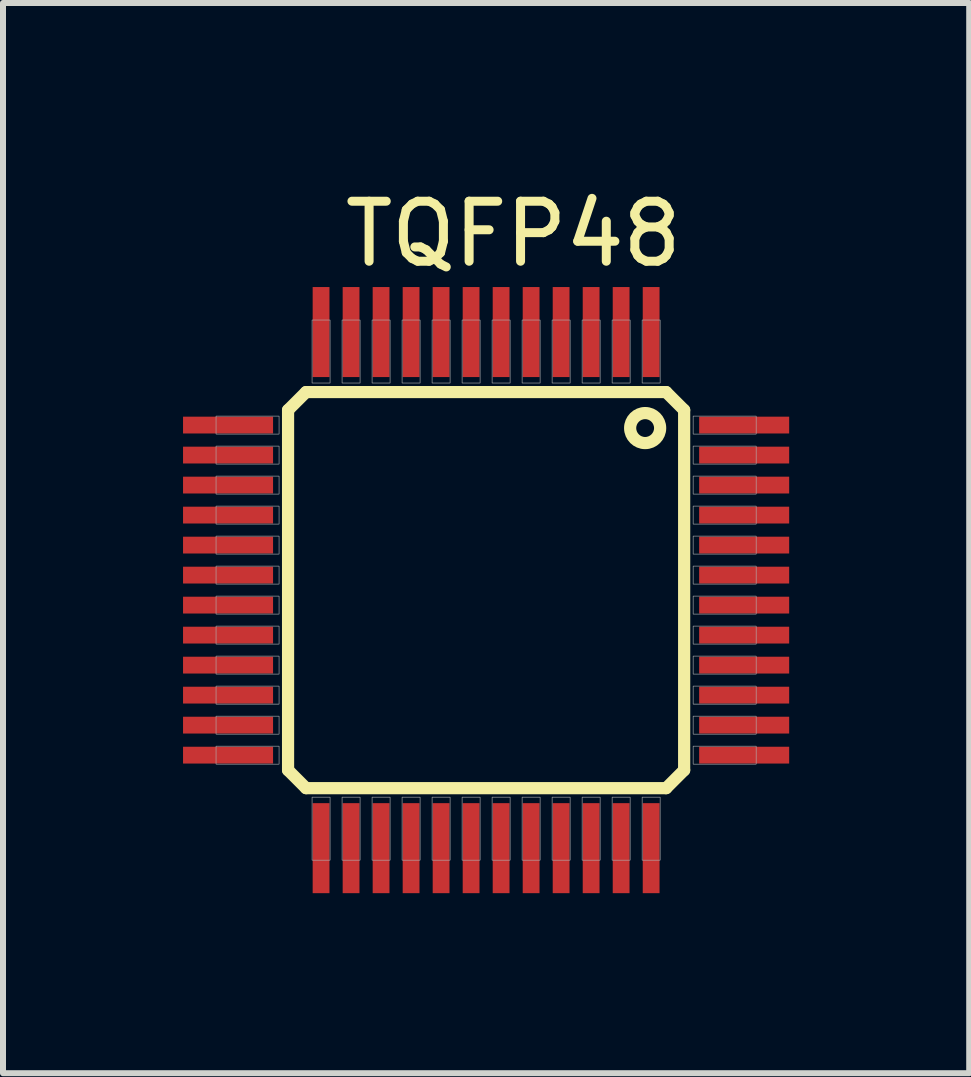
<source format=kicad_pcb>
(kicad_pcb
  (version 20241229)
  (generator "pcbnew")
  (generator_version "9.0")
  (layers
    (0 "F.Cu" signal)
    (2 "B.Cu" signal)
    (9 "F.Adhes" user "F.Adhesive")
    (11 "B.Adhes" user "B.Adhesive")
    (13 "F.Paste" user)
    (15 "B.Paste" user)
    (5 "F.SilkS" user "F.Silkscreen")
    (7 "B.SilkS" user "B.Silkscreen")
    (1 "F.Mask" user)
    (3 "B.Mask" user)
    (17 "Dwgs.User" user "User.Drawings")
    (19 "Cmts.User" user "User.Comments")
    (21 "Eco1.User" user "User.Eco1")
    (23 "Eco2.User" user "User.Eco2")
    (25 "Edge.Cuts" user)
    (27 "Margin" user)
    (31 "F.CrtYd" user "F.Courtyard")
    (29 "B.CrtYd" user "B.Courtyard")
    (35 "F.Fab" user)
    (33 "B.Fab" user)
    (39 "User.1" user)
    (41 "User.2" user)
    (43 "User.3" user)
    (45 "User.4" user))
  (footprint "TQFP48"
    (layer "F.Cu")
    (at 5.05 6.783)
    (property "Reference" "TQFP48" (at 0.455 -5.935 0) (layer "F.SilkS") (effects (font (size 1 1) (thickness 0.15))))
    (attr smd)
    (fp_line (start -3.3 -3) (end -3.3 3) (stroke (width 0.203) (type solid)) (layer "F.SilkS"))
    (fp_line (start -3.3 3) (end -3 3.3) (stroke (width 0.203) (type solid)) (layer "F.SilkS"))
    (fp_line (start -3 -3.3) (end -3.3 -3) (stroke (width 0.203) (type solid)) (layer "F.SilkS"))
    (fp_line (start -3 3.3) (end 3 3.3) (stroke (width 0.203) (type solid)) (layer "F.SilkS"))
    (fp_line (start 3 -3.3) (end -3 -3.3) (stroke (width 0.203) (type solid)) (layer "F.SilkS"))
    (fp_line (start 3 3.3) (end 3.3 3) (stroke (width 0.203) (type solid)) (layer "F.SilkS"))
    (fp_line (start 3.3 -3) (end 3 -3.3) (stroke (width 0.203) (type solid)) (layer "F.SilkS"))
    (fp_line (start 3.3 3) (end 3.3 -3) (stroke (width 0.203) (type solid)) (layer "F.SilkS"))
    (fp_circle (center 2.65 -2.7) (end 2.9 -2.7) (stroke (width 0.203) (type solid)) (fill no) (layer "F.SilkS"))
    (fp_poly (pts (xy -4.8 -2.65) (xy -4.8 -2.85) (xy -3.9 -2.85) (xy -3.9 -2.65)) (stroke (width 0.01) (type solid)) (fill yes) (layer "F.Paste"))
    (fp_poly (pts (xy -4.8 -2.15) (xy -4.8 -2.35) (xy -3.9 -2.35) (xy -3.9 -2.15)) (stroke (width 0.01) (type solid)) (fill yes) (layer "F.Paste"))
    (fp_poly (pts (xy -4.8 -1.65) (xy -4.8 -1.85) (xy -3.9 -1.85) (xy -3.9 -1.65)) (stroke (width 0.01) (type solid)) (fill yes) (layer "F.Paste"))
    (fp_poly (pts (xy -4.8 -1.15) (xy -4.8 -1.35) (xy -3.9 -1.35) (xy -3.9 -1.15)) (stroke (width 0.01) (type solid)) (fill yes) (layer "F.Paste"))
    (fp_poly (pts (xy -4.8 -0.65) (xy -4.8 -0.85) (xy -3.9 -0.85) (xy -3.9 -0.65)) (stroke (width 0.01) (type solid)) (fill yes) (layer "F.Paste"))
    (fp_poly (pts (xy -4.8 -0.15) (xy -4.8 -0.35) (xy -3.9 -0.35) (xy -3.9 -0.15)) (stroke (width 0.01) (type solid)) (fill yes) (layer "F.Paste"))
    (fp_poly (pts (xy -4.8 0.35) (xy -4.8 0.15) (xy -3.9 0.15) (xy -3.9 0.35)) (stroke (width 0.01) (type solid)) (fill yes) (layer "F.Paste"))
    (fp_poly (pts (xy -4.8 0.85) (xy -4.8 0.65) (xy -3.9 0.65) (xy -3.9 0.85)) (stroke (width 0.01) (type solid)) (fill yes) (layer "F.Paste"))
    (fp_poly (pts (xy -4.8 1.35) (xy -4.8 1.15) (xy -3.9 1.15) (xy -3.9 1.35)) (stroke (width 0.01) (type solid)) (fill yes) (layer "F.Paste"))
    (fp_poly (pts (xy -4.8 1.85) (xy -4.8 1.65) (xy -3.9 1.65) (xy -3.9 1.85)) (stroke (width 0.01) (type solid)) (fill yes) (layer "F.Paste"))
    (fp_poly (pts (xy -4.8 2.35) (xy -4.8 2.15) (xy -3.9 2.15) (xy -3.9 2.35)) (stroke (width 0.01) (type solid)) (fill yes) (layer "F.Paste"))
    (fp_poly (pts (xy -4.8 2.85) (xy -4.8 2.65) (xy -3.9 2.65) (xy -3.9 2.85)) (stroke (width 0.01) (type solid)) (fill yes) (layer "F.Paste"))
    (fp_poly (pts (xy -2.85 -4.8) (xy -2.65 -4.8) (xy -2.65 -3.9) (xy -2.85 -3.9)) (stroke (width 0.01) (type solid)) (fill yes) (layer "F.Paste"))
    (fp_poly (pts (xy -2.65 4.8) (xy -2.85 4.8) (xy -2.85 3.9) (xy -2.65 3.9)) (stroke (width 0.01) (type solid)) (fill yes) (layer "F.Paste"))
    (fp_poly (pts (xy -2.35 -4.8) (xy -2.15 -4.8) (xy -2.15 -3.9) (xy -2.35 -3.9)) (stroke (width 0.01) (type solid)) (fill yes) (layer "F.Paste"))
    (fp_poly (pts (xy -2.15 4.8) (xy -2.35 4.8) (xy -2.35 3.9) (xy -2.15 3.9)) (stroke (width 0.01) (type solid)) (fill yes) (layer "F.Paste"))
    (fp_poly (pts (xy -1.85 -4.8) (xy -1.65 -4.8) (xy -1.65 -3.9) (xy -1.85 -3.9)) (stroke (width 0.01) (type solid)) (fill yes) (layer "F.Paste"))
    (fp_poly (pts (xy -1.65 4.8) (xy -1.85 4.8) (xy -1.85 3.9) (xy -1.65 3.9)) (stroke (width 0.01) (type solid)) (fill yes) (layer "F.Paste"))
    (fp_poly (pts (xy -1.35 -4.8) (xy -1.15 -4.8) (xy -1.15 -3.9) (xy -1.35 -3.9)) (stroke (width 0.01) (type solid)) (fill yes) (layer "F.Paste"))
    (fp_poly (pts (xy -1.15 4.8) (xy -1.35 4.8) (xy -1.35 3.9) (xy -1.15 3.9)) (stroke (width 0.01) (type solid)) (fill yes) (layer "F.Paste"))
    (fp_poly (pts (xy -0.85 -4.8) (xy -0.65 -4.8) (xy -0.65 -3.9) (xy -0.85 -3.9)) (stroke (width 0.01) (type solid)) (fill yes) (layer "F.Paste"))
    (fp_poly (pts (xy -0.65 4.8) (xy -0.85 4.8) (xy -0.85 3.9) (xy -0.65 3.9)) (stroke (width 0.01) (type solid)) (fill yes) (layer "F.Paste"))
    (fp_poly (pts (xy -0.35 -4.8) (xy -0.15 -4.8) (xy -0.15 -3.9) (xy -0.35 -3.9)) (stroke (width 0.01) (type solid)) (fill yes) (layer "F.Paste"))
    (fp_poly (pts (xy -0.15 4.8) (xy -0.35 4.8) (xy -0.35 3.9) (xy -0.15 3.9)) (stroke (width 0.01) (type solid)) (fill yes) (layer "F.Paste"))
    (fp_poly (pts (xy 0.15 -4.8) (xy 0.35 -4.8) (xy 0.35 -3.9) (xy 0.15 -3.9)) (stroke (width 0.01) (type solid)) (fill yes) (layer "F.Paste"))
    (fp_poly (pts (xy 0.35 4.8) (xy 0.15 4.8) (xy 0.15 3.9) (xy 0.35 3.9)) (stroke (width 0.01) (type solid)) (fill yes) (layer "F.Paste"))
    (fp_poly (pts (xy 0.65 -4.8) (xy 0.85 -4.8) (xy 0.85 -3.9) (xy 0.65 -3.9)) (stroke (width 0.01) (type solid)) (fill yes) (layer "F.Paste"))
    (fp_poly (pts (xy 0.85 4.8) (xy 0.65 4.8) (xy 0.65 3.9) (xy 0.85 3.9)) (stroke (width 0.01) (type solid)) (fill yes) (layer "F.Paste"))
    (fp_poly (pts (xy 1.15 -4.8) (xy 1.35 -4.8) (xy 1.35 -3.9) (xy 1.15 -3.9)) (stroke (width 0.01) (type solid)) (fill yes) (layer "F.Paste"))
    (fp_poly (pts (xy 1.35 4.8) (xy 1.15 4.8) (xy 1.15 3.9) (xy 1.35 3.9)) (stroke (width 0.01) (type solid)) (fill yes) (layer "F.Paste"))
    (fp_poly (pts (xy 1.65 -4.8) (xy 1.85 -4.8) (xy 1.85 -3.9) (xy 1.65 -3.9)) (stroke (width 0.01) (type solid)) (fill yes) (layer "F.Paste"))
    (fp_poly (pts (xy 1.85 4.8) (xy 1.65 4.8) (xy 1.65 3.9) (xy 1.85 3.9)) (stroke (width 0.01) (type solid)) (fill yes) (layer "F.Paste"))
    (fp_poly (pts (xy 2.15 -4.8) (xy 2.35 -4.8) (xy 2.35 -3.9) (xy 2.15 -3.9)) (stroke (width 0.01) (type solid)) (fill yes) (layer "F.Paste"))
    (fp_poly (pts (xy 2.35 4.8) (xy 2.15 4.8) (xy 2.15 3.9) (xy 2.35 3.9)) (stroke (width 0.01) (type solid)) (fill yes) (layer "F.Paste"))
    (fp_poly (pts (xy 2.65 -4.8) (xy 2.85 -4.8) (xy 2.85 -3.9) (xy 2.65 -3.9)) (stroke (width 0.01) (type solid)) (fill yes) (layer "F.Paste"))
    (fp_poly (pts (xy 2.85 4.8) (xy 2.65 4.8) (xy 2.65 3.9) (xy 2.85 3.9)) (stroke (width 0.01) (type solid)) (fill yes) (layer "F.Paste"))
    (fp_poly (pts (xy 4.8 -2.85) (xy 4.8 -2.65) (xy 3.9 -2.65) (xy 3.9 -2.85)) (stroke (width 0.01) (type solid)) (fill yes) (layer "F.Paste"))
    (fp_poly (pts (xy 4.8 -2.35) (xy 4.8 -2.15) (xy 3.9 -2.15) (xy 3.9 -2.35)) (stroke (width 0.01) (type solid)) (fill yes) (layer "F.Paste"))
    (fp_poly (pts (xy 4.8 -1.85) (xy 4.8 -1.65) (xy 3.9 -1.65) (xy 3.9 -1.85)) (stroke (width 0.01) (type solid)) (fill yes) (layer "F.Paste"))
    (fp_poly (pts (xy 4.8 -1.35) (xy 4.8 -1.15) (xy 3.9 -1.15) (xy 3.9 -1.35)) (stroke (width 0.01) (type solid)) (fill yes) (layer "F.Paste"))
    (fp_poly (pts (xy 4.8 -0.85) (xy 4.8 -0.65) (xy 3.9 -0.65) (xy 3.9 -0.85)) (stroke (width 0.01) (type solid)) (fill yes) (layer "F.Paste"))
    (fp_poly (pts (xy 4.8 -0.35) (xy 4.8 -0.15) (xy 3.9 -0.15) (xy 3.9 -0.35)) (stroke (width 0.01) (type solid)) (fill yes) (layer "F.Paste"))
    (fp_poly (pts (xy 4.8 0.15) (xy 4.8 0.35) (xy 3.9 0.35) (xy 3.9 0.15)) (stroke (width 0.01) (type solid)) (fill yes) (layer "F.Paste"))
    (fp_poly (pts (xy 4.8 0.65) (xy 4.8 0.85) (xy 3.9 0.85) (xy 3.9 0.65)) (stroke (width 0.01) (type solid)) (fill yes) (layer "F.Paste"))
    (fp_poly (pts (xy 4.8 1.15) (xy 4.8 1.35) (xy 3.9 1.35) (xy 3.9 1.15)) (stroke (width 0.01) (type solid)) (fill yes) (layer "F.Paste"))
    (fp_poly (pts (xy 4.8 1.65) (xy 4.8 1.85) (xy 3.9 1.85) (xy 3.9 1.65)) (stroke (width 0.01) (type solid)) (fill yes) (layer "F.Paste"))
    (fp_poly (pts (xy 4.8 2.15) (xy 4.8 2.35) (xy 3.9 2.35) (xy 3.9 2.15)) (stroke (width 0.01) (type solid)) (fill yes) (layer "F.Paste"))
    (fp_poly (pts (xy 4.8 2.65) (xy 4.8 2.85) (xy 3.9 2.85) (xy 3.9 2.65)) (stroke (width 0.01) (type solid)) (fill yes) (layer "F.Paste"))
    (fp_poly (pts (xy -3.45 -2.9) (xy -3.45 -2.6) (xy -4.5 -2.6) (xy -4.5 -2.9)) (stroke (width 0.01) (type solid)) (fill no) (layer "F.Fab"))
    (fp_poly (pts (xy -3.45 -2.4) (xy -3.45 -2.1) (xy -4.5 -2.1) (xy -4.5 -2.4)) (stroke (width 0.01) (type solid)) (fill no) (layer "F.Fab"))
    (fp_poly (pts (xy -3.45 -1.9) (xy -3.45 -1.6) (xy -4.5 -1.6) (xy -4.5 -1.9)) (stroke (width 0.01) (type solid)) (fill no) (layer "F.Fab"))
    (fp_poly (pts (xy -3.45 -1.4) (xy -3.45 -1.1) (xy -4.5 -1.1) (xy -4.5 -1.4)) (stroke (width 0.01) (type solid)) (fill no) (layer "F.Fab"))
    (fp_poly (pts (xy -3.45 -0.9) (xy -3.45 -0.6) (xy -4.5 -0.6) (xy -4.5 -0.9)) (stroke (width 0.01) (type solid)) (fill no) (layer "F.Fab"))
    (fp_poly (pts (xy -3.45 -0.4) (xy -3.45 -0.1) (xy -4.5 -0.1) (xy -4.5 -0.4)) (stroke (width 0.01) (type solid)) (fill no) (layer "F.Fab"))
    (fp_poly (pts (xy -3.45 0.1) (xy -3.45 0.4) (xy -4.5 0.4) (xy -4.5 0.1)) (stroke (width 0.01) (type solid)) (fill no) (layer "F.Fab"))
    (fp_poly (pts (xy -3.45 0.6) (xy -3.45 0.9) (xy -4.5 0.9) (xy -4.5 0.6)) (stroke (width 0.01) (type solid)) (fill no) (layer "F.Fab"))
    (fp_poly (pts (xy -3.45 1.1) (xy -3.45 1.4) (xy -4.5 1.4) (xy -4.5 1.1)) (stroke (width 0.01) (type solid)) (fill no) (layer "F.Fab"))
    (fp_poly (pts (xy -3.45 1.6) (xy -3.45 1.9) (xy -4.5 1.9) (xy -4.5 1.6)) (stroke (width 0.01) (type solid)) (fill no) (layer "F.Fab"))
    (fp_poly (pts (xy -3.45 2.1) (xy -3.45 2.4) (xy -4.5 2.4) (xy -4.5 2.1)) (stroke (width 0.01) (type solid)) (fill no) (layer "F.Fab"))
    (fp_poly (pts (xy -3.45 2.6) (xy -3.45 2.9) (xy -4.5 2.9) (xy -4.5 2.6)) (stroke (width 0.01) (type solid)) (fill no) (layer "F.Fab"))
    (fp_poly (pts (xy -2.6 -4.5) (xy -2.6 -3.45) (xy -2.9 -3.45) (xy -2.9 -4.5)) (stroke (width 0.01) (type solid)) (fill no) (layer "F.Fab"))
    (fp_poly (pts (xy -2.6 3.45) (xy -2.6 4.5) (xy -2.9 4.5) (xy -2.9 3.45)) (stroke (width 0.01) (type solid)) (fill no) (layer "F.Fab"))
    (fp_poly (pts (xy -2.1 -4.5) (xy -2.1 -3.45) (xy -2.4 -3.45) (xy -2.4 -4.5)) (stroke (width 0.01) (type solid)) (fill no) (layer "F.Fab"))
    (fp_poly (pts (xy -2.1 3.45) (xy -2.1 4.5) (xy -2.4 4.5) (xy -2.4 3.45)) (stroke (width 0.01) (type solid)) (fill no) (layer "F.Fab"))
    (fp_poly (pts (xy -1.6 -4.5) (xy -1.6 -3.45) (xy -1.9 -3.45) (xy -1.9 -4.5)) (stroke (width 0.01) (type solid)) (fill no) (layer "F.Fab"))
    (fp_poly (pts (xy -1.6 3.45) (xy -1.6 4.5) (xy -1.9 4.5) (xy -1.9 3.45)) (stroke (width 0.01) (type solid)) (fill no) (layer "F.Fab"))
    (fp_poly (pts (xy -1.1 -4.5) (xy -1.1 -3.45) (xy -1.4 -3.45) (xy -1.4 -4.5)) (stroke (width 0.01) (type solid)) (fill no) (layer "F.Fab"))
    (fp_poly (pts (xy -1.1 3.45) (xy -1.1 4.5) (xy -1.4 4.5) (xy -1.4 3.45)) (stroke (width 0.01) (type solid)) (fill no) (layer "F.Fab"))
    (fp_poly (pts (xy -0.6 -4.5) (xy -0.6 -3.45) (xy -0.9 -3.45) (xy -0.9 -4.5)) (stroke (width 0.01) (type solid)) (fill no) (layer "F.Fab"))
    (fp_poly (pts (xy -0.6 3.45) (xy -0.6 4.5) (xy -0.9 4.5) (xy -0.9 3.45)) (stroke (width 0.01) (type solid)) (fill no) (layer "F.Fab"))
    (fp_poly (pts (xy -0.1 -4.5) (xy -0.1 -3.45) (xy -0.4 -3.45) (xy -0.4 -4.5)) (stroke (width 0.01) (type solid)) (fill no) (layer "F.Fab"))
    (fp_poly (pts (xy -0.1 3.45) (xy -0.1 4.5) (xy -0.4 4.5) (xy -0.4 3.45)) (stroke (width 0.01) (type solid)) (fill no) (layer "F.Fab"))
    (fp_poly (pts (xy 0.4 -4.5) (xy 0.4 -3.45) (xy 0.1 -3.45) (xy 0.1 -4.5)) (stroke (width 0.01) (type solid)) (fill no) (layer "F.Fab"))
    (fp_poly (pts (xy 0.4 3.45) (xy 0.4 4.5) (xy 0.1 4.5) (xy 0.1 3.45)) (stroke (width 0.01) (type solid)) (fill no) (layer "F.Fab"))
    (fp_poly (pts (xy 0.9 -4.5) (xy 0.9 -3.45) (xy 0.6 -3.45) (xy 0.6 -4.5)) (stroke (width 0.01) (type solid)) (fill no) (layer "F.Fab"))
    (fp_poly (pts (xy 0.9 3.45) (xy 0.9 4.5) (xy 0.6 4.5) (xy 0.6 3.45)) (stroke (width 0.01) (type solid)) (fill no) (layer "F.Fab"))
    (fp_poly (pts (xy 1.4 -4.5) (xy 1.4 -3.45) (xy 1.1 -3.45) (xy 1.1 -4.5)) (stroke (width 0.01) (type solid)) (fill no) (layer "F.Fab"))
    (fp_poly (pts (xy 1.4 3.45) (xy 1.4 4.5) (xy 1.1 4.5) (xy 1.1 3.45)) (stroke (width 0.01) (type solid)) (fill no) (layer "F.Fab"))
    (fp_poly (pts (xy 1.9 -4.5) (xy 1.9 -3.45) (xy 1.6 -3.45) (xy 1.6 -4.5)) (stroke (width 0.01) (type solid)) (fill no) (layer "F.Fab"))
    (fp_poly (pts (xy 1.9 3.45) (xy 1.9 4.5) (xy 1.6 4.5) (xy 1.6 3.45)) (stroke (width 0.01) (type solid)) (fill no) (layer "F.Fab"))
    (fp_poly (pts (xy 2.4 -4.5) (xy 2.4 -3.45) (xy 2.1 -3.45) (xy 2.1 -4.5)) (stroke (width 0.01) (type solid)) (fill no) (layer "F.Fab"))
    (fp_poly (pts (xy 2.4 3.45) (xy 2.4 4.5) (xy 2.1 4.5) (xy 2.1 3.45)) (stroke (width 0.01) (type solid)) (fill no) (layer "F.Fab"))
    (fp_poly (pts (xy 2.9 -4.5) (xy 2.9 -3.45) (xy 2.6 -3.45) (xy 2.6 -4.5)) (stroke (width 0.01) (type solid)) (fill no) (layer "F.Fab"))
    (fp_poly (pts (xy 2.9 3.45) (xy 2.9 4.5) (xy 2.6 4.5) (xy 2.6 3.45)) (stroke (width 0.01) (type solid)) (fill no) (layer "F.Fab"))
    (fp_poly (pts (xy 4.5 -2.9) (xy 4.5 -2.6) (xy 3.45 -2.6) (xy 3.45 -2.9)) (stroke (width 0.01) (type solid)) (fill no) (layer "F.Fab"))
    (fp_poly (pts (xy 4.5 -2.4) (xy 4.5 -2.1) (xy 3.45 -2.1) (xy 3.45 -2.4)) (stroke (width 0.01) (type solid)) (fill no) (layer "F.Fab"))
    (fp_poly (pts (xy 4.5 -1.9) (xy 4.5 -1.6) (xy 3.45 -1.6) (xy 3.45 -1.9)) (stroke (width 0.01) (type solid)) (fill no) (layer "F.Fab"))
    (fp_poly (pts (xy 4.5 -1.4) (xy 4.5 -1.1) (xy 3.45 -1.1) (xy 3.45 -1.4)) (stroke (width 0.01) (type solid)) (fill no) (layer "F.Fab"))
    (fp_poly (pts (xy 4.5 -0.9) (xy 4.5 -0.6) (xy 3.45 -0.6) (xy 3.45 -0.9)) (stroke (width 0.01) (type solid)) (fill no) (layer "F.Fab"))
    (fp_poly (pts (xy 4.5 -0.4) (xy 4.5 -0.1) (xy 3.45 -0.1) (xy 3.45 -0.4)) (stroke (width 0.01) (type solid)) (fill no) (layer "F.Fab"))
    (fp_poly (pts (xy 4.5 0.1) (xy 4.5 0.4) (xy 3.45 0.4) (xy 3.45 0.1)) (stroke (width 0.01) (type solid)) (fill no) (layer "F.Fab"))
    (fp_poly (pts (xy 4.5 0.6) (xy 4.5 0.9) (xy 3.45 0.9) (xy 3.45 0.6)) (stroke (width 0.01) (type solid)) (fill no) (layer "F.Fab"))
    (fp_poly (pts (xy 4.5 1.1) (xy 4.5 1.4) (xy 3.45 1.4) (xy 3.45 1.1)) (stroke (width 0.01) (type solid)) (fill no) (layer "F.Fab"))
    (fp_poly (pts (xy 4.5 1.6) (xy 4.5 1.9) (xy 3.45 1.9) (xy 3.45 1.6)) (stroke (width 0.01) (type solid)) (fill no) (layer "F.Fab"))
    (fp_poly (pts (xy 4.5 2.1) (xy 4.5 2.4) (xy 3.45 2.4) (xy 3.45 2.1)) (stroke (width 0.01) (type solid)) (fill no) (layer "F.Fab"))
    (fp_poly (pts (xy 4.5 2.6) (xy 4.5 2.9) (xy 3.45 2.9) (xy 3.45 2.6)) (stroke (width 0.01) (type solid)) (fill no) (layer "F.Fab"))
    (pad "1" smd rect (at 2.75 -4.3) (size 0.28 1.5) (layers "F.Cu" "F.Mask"))
    (pad "2" smd rect (at 2.25 -4.3) (size 0.28 1.5) (layers "F.Cu" "F.Mask"))
    (pad "3" smd rect (at 1.75 -4.3) (size 0.28 1.5) (layers "F.Cu" "F.Mask"))
    (pad "4" smd rect (at 1.25 -4.3) (size 0.28 1.5) (layers "F.Cu" "F.Mask"))
    (pad "5" smd rect (at 0.75 -4.3) (size 0.28 1.5) (layers "F.Cu" "F.Mask"))
    (pad "6" smd rect (at 0.25 -4.3) (size 0.28 1.5) (layers "F.Cu" "F.Mask"))
    (pad "7" smd rect (at -0.25 -4.3) (size 0.28 1.5) (layers "F.Cu" "F.Mask"))
    (pad "8" smd rect (at -0.75 -4.3) (size 0.28 1.5) (layers "F.Cu" "F.Mask"))
    (pad "9" smd rect (at -1.25 -4.3) (size 0.28 1.5) (layers "F.Cu" "F.Mask"))
    (pad "10" smd rect (at -1.75 -4.3) (size 0.28 1.5) (layers "F.Cu" "F.Mask"))
    (pad "11" smd rect (at -2.25 -4.3) (size 0.28 1.5) (layers "F.Cu" "F.Mask"))
    (pad "12" smd rect (at -2.75 -4.3) (size 0.28 1.5) (layers "F.Cu" "F.Mask"))
    (pad "13" smd rect (at -4.3 -2.75) (size 1.5 0.28) (layers "F.Cu" "F.Mask"))
    (pad "14" smd rect (at -4.3 -2.25) (size 1.5 0.28) (layers "F.Cu" "F.Mask"))
    (pad "15" smd rect (at -4.3 -1.75) (size 1.5 0.28) (layers "F.Cu" "F.Mask"))
    (pad "16" smd rect (at -4.3 -1.25) (size 1.5 0.28) (layers "F.Cu" "F.Mask"))
    (pad "17" smd rect (at -4.3 -0.75) (size 1.5 0.28) (layers "F.Cu" "F.Mask"))
    (pad "18" smd rect (at -4.3 -0.25) (size 1.5 0.28) (layers "F.Cu" "F.Mask"))
    (pad "19" smd rect (at -4.3 0.25) (size 1.5 0.28) (layers "F.Cu" "F.Mask"))
    (pad "20" smd rect (at -4.3 0.75) (size 1.5 0.28) (layers "F.Cu" "F.Mask"))
    (pad "21" smd rect (at -4.3 1.25) (size 1.5 0.28) (layers "F.Cu" "F.Mask"))
    (pad "22" smd rect (at -4.3 1.75) (size 1.5 0.28) (layers "F.Cu" "F.Mask"))
    (pad "23" smd rect (at -4.3 2.25) (size 1.5 0.28) (layers "F.Cu" "F.Mask"))
    (pad "24" smd rect (at -4.3 2.75) (size 1.5 0.28) (layers "F.Cu" "F.Mask"))
    (pad "25" smd rect (at -2.75 4.3) (size 0.28 1.5) (layers "F.Cu" "F.Mask"))
    (pad "26" smd rect (at -2.25 4.3) (size 0.28 1.5) (layers "F.Cu" "F.Mask"))
    (pad "27" smd rect (at -1.75 4.3) (size 0.28 1.5) (layers "F.Cu" "F.Mask"))
    (pad "28" smd rect (at -1.25 4.3) (size 0.28 1.5) (layers "F.Cu" "F.Mask"))
    (pad "29" smd rect (at -0.75 4.3) (size 0.28 1.5) (layers "F.Cu" "F.Mask"))
    (pad "30" smd rect (at -0.25 4.3) (size 0.28 1.5) (layers "F.Cu" "F.Mask"))
    (pad "31" smd rect (at 0.25 4.3) (size 0.28 1.5) (layers "F.Cu" "F.Mask"))
    (pad "32" smd rect (at 0.75 4.3) (size 0.28 1.5) (layers "F.Cu" "F.Mask"))
    (pad "33" smd rect (at 1.25 4.3) (size 0.28 1.5) (layers "F.Cu" "F.Mask"))
    (pad "34" smd rect (at 1.75 4.3) (size 0.28 1.5) (layers "F.Cu" "F.Mask"))
    (pad "35" smd rect (at 2.25 4.3) (size 0.28 1.5) (layers "F.Cu" "F.Mask"))
    (pad "36" smd rect (at 2.75 4.3) (size 0.28 1.5) (layers "F.Cu" "F.Mask"))
    (pad "37" smd rect (at 4.3 2.75) (size 1.5 0.28) (layers "F.Cu" "F.Mask"))
    (pad "38" smd rect (at 4.3 2.25) (size 1.5 0.28) (layers "F.Cu" "F.Mask"))
    (pad "39" smd rect (at 4.3 1.75) (size 1.5 0.28) (layers "F.Cu" "F.Mask"))
    (pad "40" smd rect (at 4.3 1.25) (size 1.5 0.28) (layers "F.Cu" "F.Mask"))
    (pad "41" smd rect (at 4.3 0.75) (size 1.5 0.28) (layers "F.Cu" "F.Mask"))
    (pad "42" smd rect (at 4.3 0.25) (size 1.5 0.28) (layers "F.Cu" "F.Mask"))
    (pad "43" smd rect (at 4.3 -0.25) (size 1.5 0.28) (layers "F.Cu" "F.Mask"))
    (pad "44" smd rect (at 4.3 -0.75) (size 1.5 0.28) (layers "F.Cu" "F.Mask"))
    (pad "45" smd rect (at 4.3 -1.25) (size 1.5 0.28) (layers "F.Cu" "F.Mask"))
    (pad "46" smd rect (at 4.3 -1.75) (size 1.5 0.28) (layers "F.Cu" "F.Mask"))
    (pad "47" smd rect (at 4.3 -2.25) (size 1.5 0.28) (layers "F.Cu" "F.Mask"))
    (pad "48" smd rect (at 4.3 -2.75) (size 1.5 0.28) (layers "F.Cu" "F.Mask")))
  (gr_rect
    (start -3 -3)
    (end 13.1 14.833)
    (stroke (width 0.1) (type default))
    (fill no)
    (layer "Edge.Cuts")))
</source>
